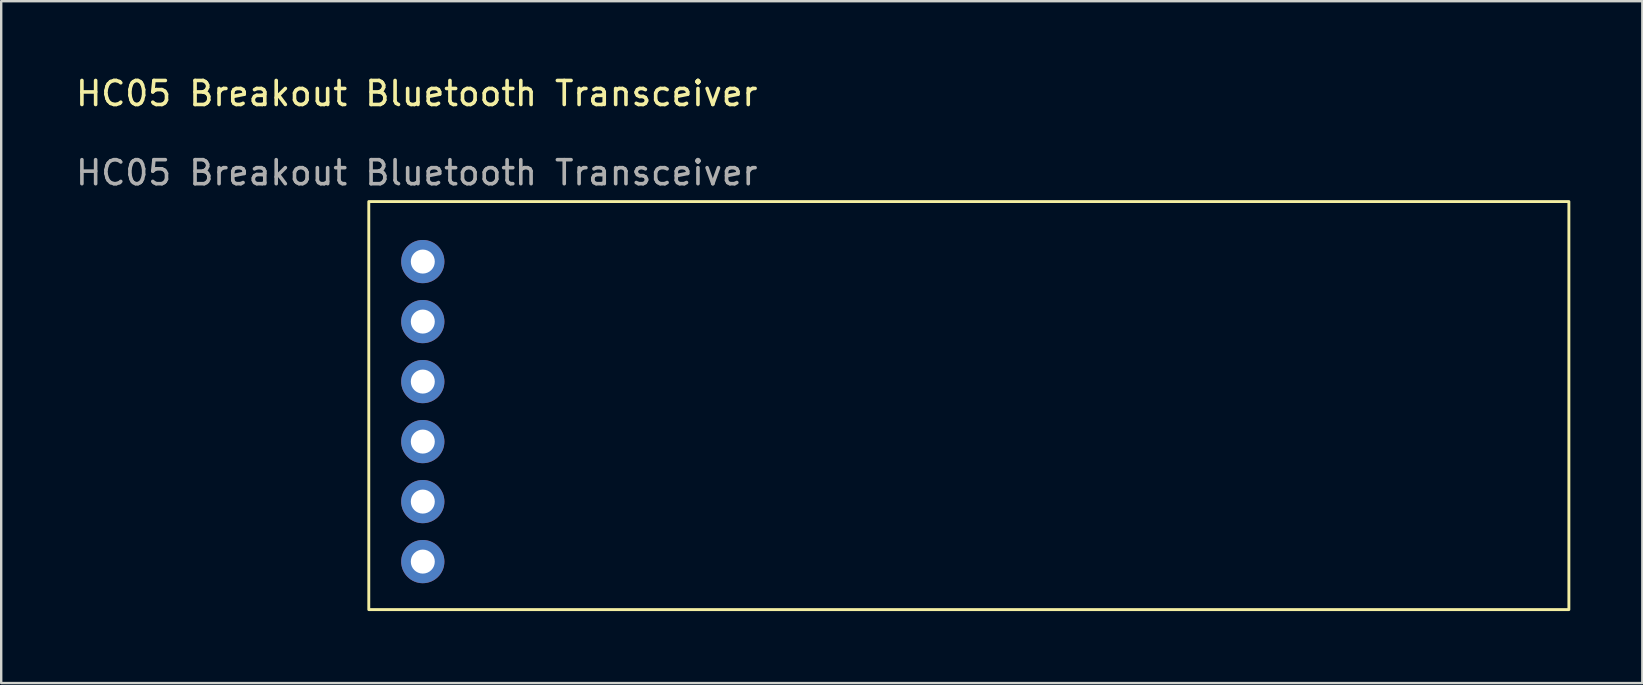
<source format=kicad_pcb>
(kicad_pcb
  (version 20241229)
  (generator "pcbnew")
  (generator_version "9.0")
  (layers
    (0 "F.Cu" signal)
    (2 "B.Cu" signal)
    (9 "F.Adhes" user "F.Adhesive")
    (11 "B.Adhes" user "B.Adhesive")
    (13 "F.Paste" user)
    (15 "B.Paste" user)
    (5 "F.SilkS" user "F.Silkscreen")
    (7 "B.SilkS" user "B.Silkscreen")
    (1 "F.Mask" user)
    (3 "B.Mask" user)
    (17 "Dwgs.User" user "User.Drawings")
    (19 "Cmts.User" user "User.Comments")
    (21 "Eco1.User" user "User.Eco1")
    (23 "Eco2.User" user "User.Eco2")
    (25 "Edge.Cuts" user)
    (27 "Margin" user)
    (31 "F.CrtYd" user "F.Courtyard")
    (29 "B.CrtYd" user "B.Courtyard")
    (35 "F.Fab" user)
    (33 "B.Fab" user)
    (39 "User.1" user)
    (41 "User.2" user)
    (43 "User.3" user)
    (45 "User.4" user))
  (footprint "HC05 Breakout Bluetooth Transceiver"
    (layer "F.Cu")
    (at 12.315 5.348)
    (property "Reference" "HC05 Breakout Bluetooth Transceiver" (at 2 -4.5 0) (unlocked yes) (layer "F.SilkS") (effects (font (size 1 1) (thickness 0.15))))
    (attr through_hole)
    (fp_rect (start 0 0) (end 50 17) (stroke (width 0.12) (type solid)) (fill no) (layer "F.SilkS"))
    (fp_text user "${REFERENCE}" (at 2 -1.2 0) (unlocked yes) (layer "F.Fab") (effects (font (size 1 1) (thickness 0.15))))
    (pad "1" thru_hole circle (at 2.25 5) (size 1.8 1.8) (drill 1) (layers "*.Cu" "*.Mask"))
    (pad "2" thru_hole circle (at 2.25 2.5) (size 1.8 1.8) (drill 1) (layers "*.Cu" "*.Mask"))
    (pad "3" thru_hole circle (at 2.25 10) (size 1.8 1.8) (drill 1) (layers "*.Cu" "*.Mask"))
    (pad "4" thru_hole circle (at 2.25 12.5) (size 1.8 1.8) (drill 1) (layers "*.Cu" "*.Mask"))
    (pad "5" thru_hole circle (at 2.25 15) (size 1.8 1.8) (drill 1) (layers "*.Cu" "*.Mask"))
    (pad "6" thru_hole circle (at 2.25 7.5) (size 1.8 1.8) (drill 1) (layers "*.Cu" "*.Mask")))
  (gr_rect
    (start -3 -3)
    (end 65.375 25.408)
    (stroke (width 0.1) (type default))
    (fill no)
    (layer "Edge.Cuts")))
</source>
